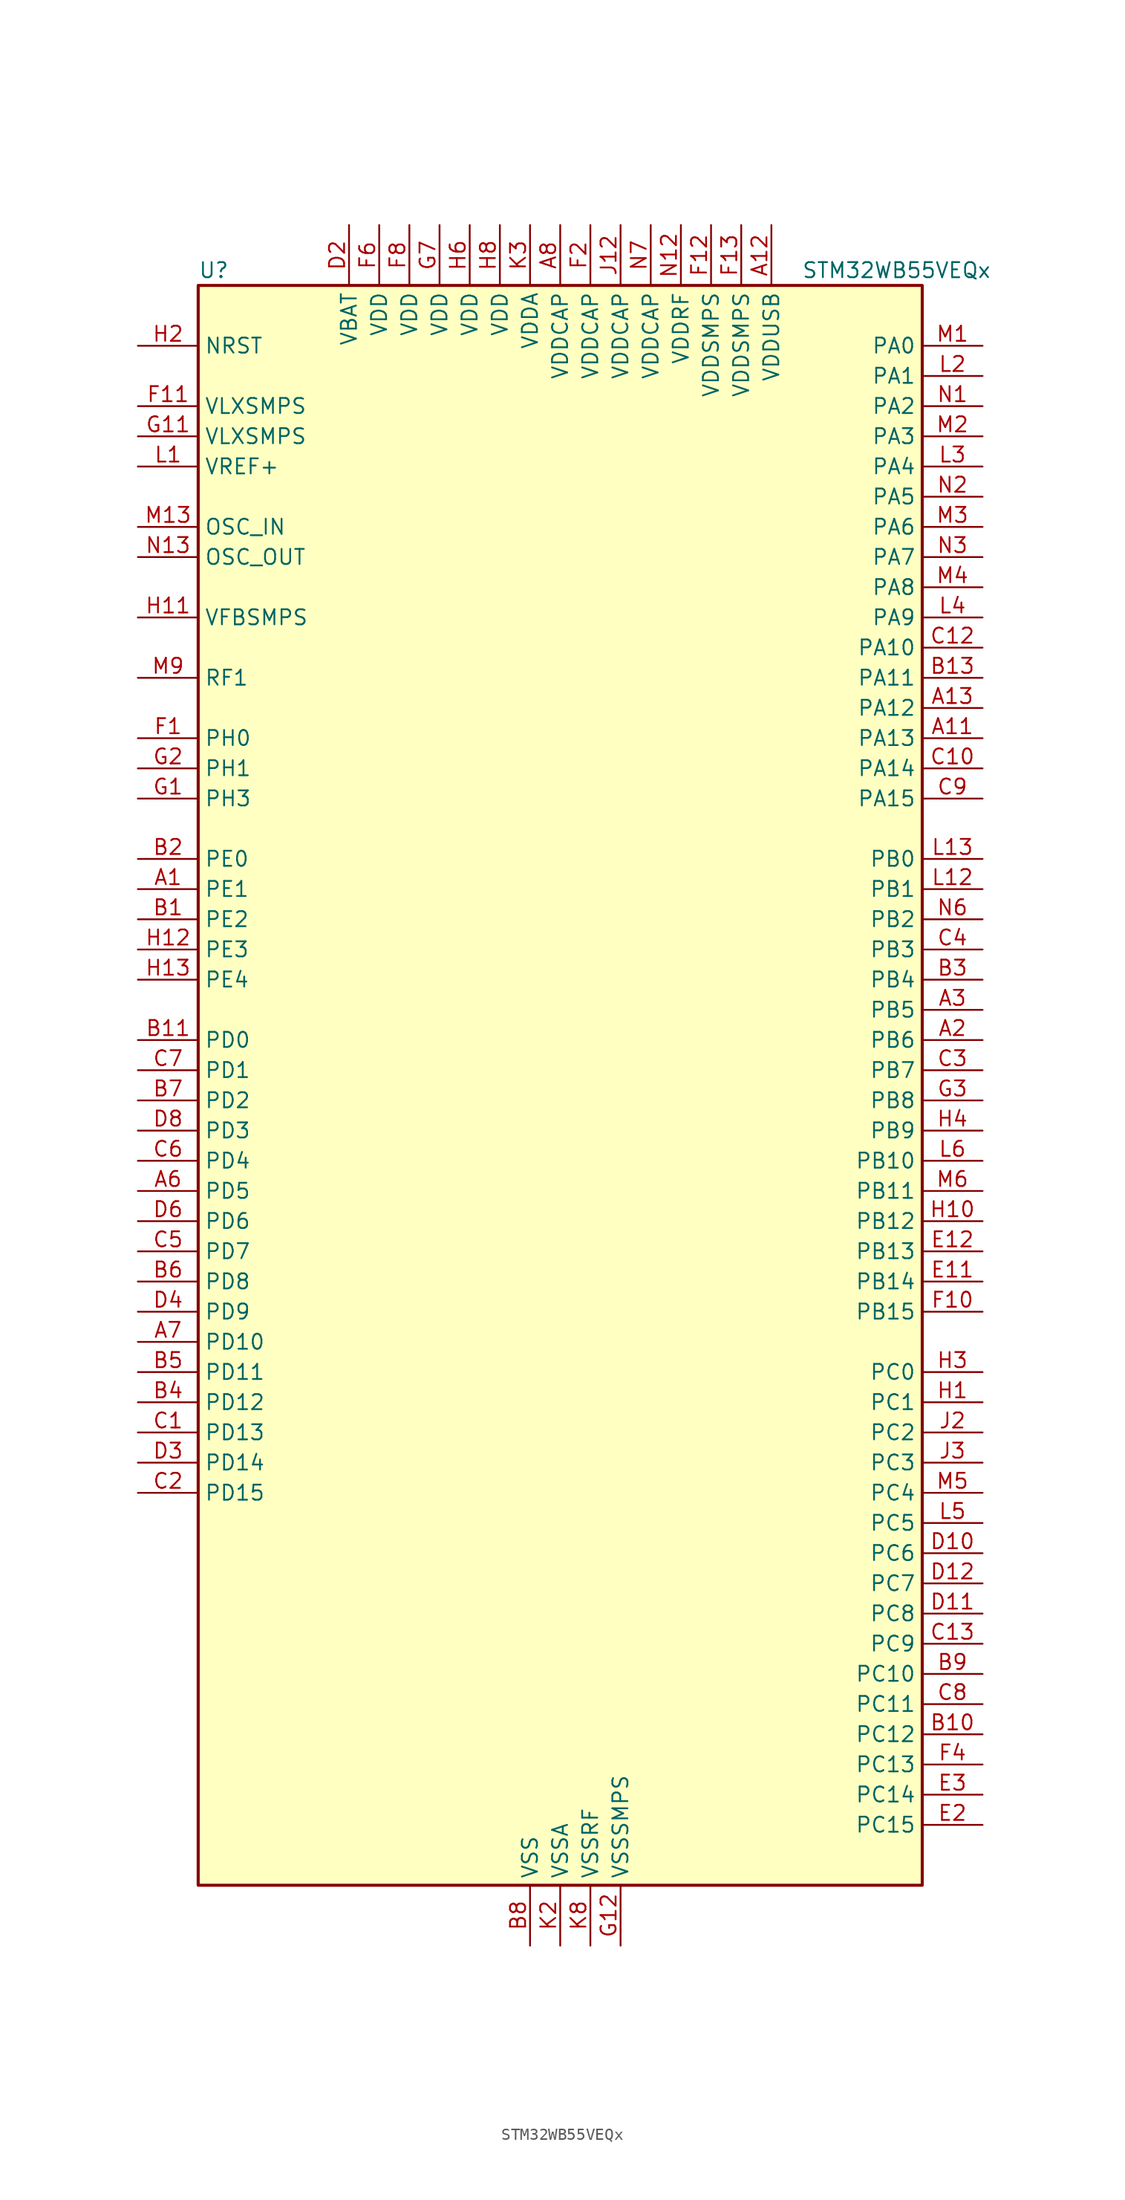
<source format=kicad_sym>
(kicad_symbol_lib
  (version 20241209)
  (generator "kicad_symbol_editor")
  (generator_version "9.0")
  (symbol "STM32WB55VEQx"
    (property "Reference" "U"
      (at -30.48 69.85 0)
      (effects (font (size 1.27 1.27)) (justify left)))
    (property "Value" "STM32WB55VEQx"
      (at 20.32 69.85 0)
      (effects (font (size 1.27 1.27)) (justify left)))
    (symbol "STM32WB55VEQx_0_1"
      (rectangle (start -30.48 -66.04) (end 30.48 68.58) (stroke (width 0.254) (type default)) (fill (type background))))
    (symbol "STM32WB55VEQx_1_1"
      (pin input line (at -35.56 63.5 0) (length 5.08) (name "NRST" (effects (font (size 1.27 1.27)))) (number "H2" (effects (font (size 1.27 1.27)))))
      (pin power_in line (at -35.56 58.42 0) (length 5.08) (name "VLXSMPS" (effects (font (size 1.27 1.27)))) (number "F11" (effects (font (size 1.27 1.27)))))
      (pin power_in line (at -35.56 55.88 0) (length 5.08) (name "VLXSMPS" (effects (font (size 1.27 1.27)))) (number "G11" (effects (font (size 1.27 1.27)))))
      (pin input line (at -35.56 53.34 0) (length 5.08) (name "VREF+" (effects (font (size 1.27 1.27)))) (number "L1" (effects (font (size 1.27 1.27)))) (alternate "VREFBUF_OUT" bidirectional line))
      (pin input line (at -35.56 48.26 0) (length 5.08) (name "OSC_IN" (effects (font (size 1.27 1.27)))) (number "M13" (effects (font (size 1.27 1.27)))) (alternate "RCC_OSC_IN" bidirectional line))
      (pin input line (at -35.56 45.72 0) (length 5.08) (name "OSC_OUT" (effects (font (size 1.27 1.27)))) (number "N13" (effects (font (size 1.27 1.27)))) (alternate "RCC_OSC_OUT" bidirectional line))
      (pin input line (at -35.56 40.64 0) (length 5.08) (name "VFBSMPS" (effects (font (size 1.27 1.27)))) (number "H11" (effects (font (size 1.27 1.27)))))
      (pin bidirectional line (at -35.56 35.56 0) (length 5.08) (name "RF1" (effects (font (size 1.27 1.27)))) (number "M9" (effects (font (size 1.27 1.27)))) (alternate "RF_RF1" bidirectional line))
      (pin bidirectional line (at -35.56 30.48 0) (length 5.08) (name "PH0" (effects (font (size 1.27 1.27)))) (number "F1" (effects (font (size 1.27 1.27)))))
      (pin bidirectional line (at -35.56 27.94 0) (length 5.08) (name "PH1" (effects (font (size 1.27 1.27)))) (number "G2" (effects (font (size 1.27 1.27)))))
      (pin bidirectional line (at -35.56 25.4 0) (length 5.08) (name "PH3" (effects (font (size 1.27 1.27)))) (number "G1" (effects (font (size 1.27 1.27)))) (alternate "RCC_LSCO" bidirectional line))
      (pin bidirectional line (at -35.56 20.32 0) (length 5.08) (name "PE0" (effects (font (size 1.27 1.27)))) (number "B2" (effects (font (size 1.27 1.27)))) (alternate "LCD_SEG36" bidirectional line) (alternate "TIM16_CH1" bidirectional line) (alternate "TIM1_ETR" bidirectional line) (alternate "TSC_G7_IO3" bidirectional line))
      (pin bidirectional line (at -35.56 17.78 0) (length 5.08) (name "PE1" (effects (font (size 1.27 1.27)))) (number "A1" (effects (font (size 1.27 1.27)))) (alternate "LCD_SEG37" bidirectional line) (alternate "TIM17_CH1" bidirectional line) (alternate "TSC_G7_IO2" bidirectional line))
      (pin bidirectional line (at -35.56 15.24 0) (length 5.08) (name "PE2" (effects (font (size 1.27 1.27)))) (number "B1" (effects (font (size 1.27 1.27)))) (alternate "LCD_SEG38" bidirectional line) (alternate "SAI1_CK1" bidirectional line) (alternate "SAI1_MCLK_A" bidirectional line) (alternate "SYS_TRACECLK" bidirectional line) (alternate "TSC_G7_IO1" bidirectional line))
      (pin bidirectional line (at -35.56 12.7 0) (length 5.08) (name "PE3" (effects (font (size 1.27 1.27)))) (number "H12" (effects (font (size 1.27 1.27)))))
      (pin bidirectional line (at -35.56 10.16 0) (length 5.08) (name "PE4" (effects (font (size 1.27 1.27)))) (number "H13" (effects (font (size 1.27 1.27)))))
      (pin bidirectional line (at -35.56 5.08 0) (length 5.08) (name "PD0" (effects (font (size 1.27 1.27)))) (number "B11" (effects (font (size 1.27 1.27)))) (alternate "SPI2_NSS" bidirectional line))
      (pin bidirectional line (at -35.56 2.54 0) (length 5.08) (name "PD1" (effects (font (size 1.27 1.27)))) (number "C7" (effects (font (size 1.27 1.27)))) (alternate "SPI2_SCK" bidirectional line))
      (pin bidirectional line (at -35.56 0 0) (length 5.08) (name "PD2" (effects (font (size 1.27 1.27)))) (number "B7" (effects (font (size 1.27 1.27)))) (alternate "LCD_COM7" bidirectional line) (alternate "LCD_SEG31" bidirectional line) (alternate "LCD_SEG43" bidirectional line) (alternate "SYS_TRACED2" bidirectional line) (alternate "TSC_SYNC" bidirectional line))
      (pin bidirectional line (at -35.56 -2.54 0) (length 5.08) (name "PD3" (effects (font (size 1.27 1.27)))) (number "D8" (effects (font (size 1.27 1.27)))) (alternate "QUADSPI_BK1_NCS" bidirectional line) (alternate "SPI2_MISO" bidirectional line) (alternate "SPI2_SCK" bidirectional line))
      (pin bidirectional line (at -35.56 -5.08 0) (length 5.08) (name "PD4" (effects (font (size 1.27 1.27)))) (number "C6" (effects (font (size 1.27 1.27)))) (alternate "QUADSPI_BK1_IO0" bidirectional line) (alternate "SPI2_MOSI" bidirectional line) (alternate "TSC_G5_IO1" bidirectional line))
      (pin bidirectional line (at -35.56 -7.62 0) (length 5.08) (name "PD5" (effects (font (size 1.27 1.27)))) (number "A6" (effects (font (size 1.27 1.27)))) (alternate "QUADSPI_BK1_IO1" bidirectional line) (alternate "SAI1_MCLK_B" bidirectional line) (alternate "TSC_G5_IO2" bidirectional line))
      (pin bidirectional line (at -35.56 -10.16 0) (length 5.08) (name "PD6" (effects (font (size 1.27 1.27)))) (number "D6" (effects (font (size 1.27 1.27)))) (alternate "QUADSPI_BK1_IO2" bidirectional line) (alternate "SAI1_D1" bidirectional line) (alternate "SAI1_SD_A" bidirectional line) (alternate "TSC_G5_IO3" bidirectional line))
      (pin bidirectional line (at -35.56 -12.7 0) (length 5.08) (name "PD7" (effects (font (size 1.27 1.27)))) (number "C5" (effects (font (size 1.27 1.27)))) (alternate "LCD_SEG39" bidirectional line) (alternate "QUADSPI_BK1_IO3" bidirectional line) (alternate "TSC_G5_IO4" bidirectional line))
      (pin bidirectional line (at -35.56 -15.24 0) (length 5.08) (name "PD8" (effects (font (size 1.27 1.27)))) (number "B6" (effects (font (size 1.27 1.27)))) (alternate "LCD_SEG28" bidirectional line) (alternate "TIM1_BKIN2" bidirectional line))
      (pin bidirectional line (at -35.56 -17.78 0) (length 5.08) (name "PD9" (effects (font (size 1.27 1.27)))) (number "D4" (effects (font (size 1.27 1.27)))) (alternate "LCD_SEG29" bidirectional line) (alternate "SYS_TRACED0" bidirectional line))
      (pin bidirectional line (at -35.56 -20.32 0) (length 5.08) (name "PD10" (effects (font (size 1.27 1.27)))) (number "A7" (effects (font (size 1.27 1.27)))) (alternate "LCD_SEG30" bidirectional line) (alternate "SYS_TRIG_INOUT" bidirectional line) (alternate "TSC_G6_IO1" bidirectional line))
      (pin bidirectional line (at -35.56 -22.86 0) (length 5.08) (name "PD11" (effects (font (size 1.27 1.27)))) (number "B5" (effects (font (size 1.27 1.27)))) (alternate "ADC1_EXTI11" bidirectional line) (alternate "LCD_SEG31" bidirectional line) (alternate "LPTIM2_ETR" bidirectional line) (alternate "TSC_G6_IO2" bidirectional line))
      (pin bidirectional line (at -35.56 -25.4 0) (length 5.08) (name "PD12" (effects (font (size 1.27 1.27)))) (number "B4" (effects (font (size 1.27 1.27)))) (alternate "LCD_SEG32" bidirectional line) (alternate "LPTIM2_IN1" bidirectional line) (alternate "TSC_G6_IO3" bidirectional line))
      (pin bidirectional line (at -35.56 -27.94 0) (length 5.08) (name "PD13" (effects (font (size 1.27 1.27)))) (number "C1" (effects (font (size 1.27 1.27)))) (alternate "LCD_SEG33" bidirectional line) (alternate "LPTIM2_OUT" bidirectional line) (alternate "TSC_G6_IO4" bidirectional line))
      (pin bidirectional line (at -35.56 -30.48 0) (length 5.08) (name "PD14" (effects (font (size 1.27 1.27)))) (number "D3" (effects (font (size 1.27 1.27)))) (alternate "LCD_SEG34" bidirectional line) (alternate "TIM1_CH1" bidirectional line))
      (pin bidirectional line (at -35.56 -33.02 0) (length 5.08) (name "PD15" (effects (font (size 1.27 1.27)))) (number "C2" (effects (font (size 1.27 1.27)))) (alternate "ADC1_EXTI15" bidirectional line) (alternate "LCD_SEG35" bidirectional line) (alternate "TIM1_CH2" bidirectional line))
      (pin no_connect line (at -30.48 -63.5 0) (length 5.08) (hide yes) (name "AT1" (effects (font (size 1.27 1.27)))) (number "K12" (effects (font (size 1.27 1.27)))))
      (pin no_connect line (at -30.48 -66.04 0) (length 5.08) (hide yes) (name "AT0" (effects (font (size 1.27 1.27)))) (number "K11" (effects (font (size 1.27 1.27)))))
      (pin power_in line (at -17.78 73.66 270) (length 5.08) (name "VBAT" (effects (font (size 1.27 1.27)))) (number "D2" (effects (font (size 1.27 1.27)))))
      (pin power_in line (at -15.24 73.66 270) (length 5.08) (name "VDD" (effects (font (size 1.27 1.27)))) (number "F6" (effects (font (size 1.27 1.27)))))
      (pin power_in line (at -12.7 73.66 270) (length 5.08) (name "VDD" (effects (font (size 1.27 1.27)))) (number "F8" (effects (font (size 1.27 1.27)))))
      (pin power_in line (at -10.16 73.66 270) (length 5.08) (name "VDD" (effects (font (size 1.27 1.27)))) (number "G7" (effects (font (size 1.27 1.27)))))
      (pin power_in line (at -7.62 73.66 270) (length 5.08) (name "VDD" (effects (font (size 1.27 1.27)))) (number "H6" (effects (font (size 1.27 1.27)))))
      (pin power_in line (at -5.08 73.66 270) (length 5.08) (name "VDD" (effects (font (size 1.27 1.27)))) (number "H8" (effects (font (size 1.27 1.27)))))
      (pin power_in line (at -2.54 73.66 270) (length 5.08) (name "VDDA" (effects (font (size 1.27 1.27)))) (number "K3" (effects (font (size 1.27 1.27)))))
      (pin passive line (at -2.54 -71.12 90) (length 5.08) (hide yes) (name "VSS" (effects (font (size 1.27 1.27)))) (number "B12" (effects (font (size 1.27 1.27)))))
      (pin power_in line (at -2.54 -71.12 90) (length 5.08) (name "VSS" (effects (font (size 1.27 1.27)))) (number "B8" (effects (font (size 1.27 1.27)))))
      (pin passive line (at -2.54 -71.12 90) (length 5.08) (hide yes) (name "VSS" (effects (font (size 1.27 1.27)))) (number "C11" (effects (font (size 1.27 1.27)))))
      (pin passive line (at -2.54 -71.12 90) (length 5.08) (hide yes) (name "VSS" (effects (font (size 1.27 1.27)))) (number "E5" (effects (font (size 1.27 1.27)))))
      (pin passive line (at -2.54 -71.12 90) (length 5.08) (hide yes) (name "VSS" (effects (font (size 1.27 1.27)))) (number "E7" (effects (font (size 1.27 1.27)))))
      (pin passive line (at -2.54 -71.12 90) (length 5.08) (hide yes) (name "VSS" (effects (font (size 1.27 1.27)))) (number "E9" (effects (font (size 1.27 1.27)))))
      (pin passive line (at -2.54 -71.12 90) (length 5.08) (hide yes) (name "VSS" (effects (font (size 1.27 1.27)))) (number "F3" (effects (font (size 1.27 1.27)))))
      (pin passive line (at -2.54 -71.12 90) (length 5.08) (hide yes) (name "VSS" (effects (font (size 1.27 1.27)))) (number "G5" (effects (font (size 1.27 1.27)))))
      (pin passive line (at -2.54 -71.12 90) (length 5.08) (hide yes) (name "VSS" (effects (font (size 1.27 1.27)))) (number "G9" (effects (font (size 1.27 1.27)))))
      (pin passive line (at -2.54 -71.12 90) (length 5.08) (hide yes) (name "VSS" (effects (font (size 1.27 1.27)))) (number "J11" (effects (font (size 1.27 1.27)))))
      (pin passive line (at -2.54 -71.12 90) (length 5.08) (hide yes) (name "VSS" (effects (font (size 1.27 1.27)))) (number "J5" (effects (font (size 1.27 1.27)))))
      (pin passive line (at -2.54 -71.12 90) (length 5.08) (hide yes) (name "VSS" (effects (font (size 1.27 1.27)))) (number "J7" (effects (font (size 1.27 1.27)))))
      (pin passive line (at -2.54 -71.12 90) (length 5.08) (hide yes) (name "VSS" (effects (font (size 1.27 1.27)))) (number "J9" (effects (font (size 1.27 1.27)))))
      (pin passive line (at -2.54 -71.12 90) (length 5.08) (hide yes) (name "VSS" (effects (font (size 1.27 1.27)))) (number "K4" (effects (font (size 1.27 1.27)))))
      (pin passive line (at -2.54 -71.12 90) (length 5.08) (hide yes) (name "VSS" (effects (font (size 1.27 1.27)))) (number "K6" (effects (font (size 1.27 1.27)))))
      (pin passive line (at -2.54 -71.12 90) (length 5.08) (hide yes) (name "VSS" (effects (font (size 1.27 1.27)))) (number "M7" (effects (font (size 1.27 1.27)))))
      (pin power_in line (at 0 73.66 270) (length 5.08) (name "VDDCAP" (effects (font (size 1.27 1.27)))) (number "A8" (effects (font (size 1.27 1.27)))))
      (pin power_in line (at 0 -71.12 90) (length 5.08) (name "VSSA" (effects (font (size 1.27 1.27)))) (number "K2" (effects (font (size 1.27 1.27)))))
      (pin power_in line (at 2.54 73.66 270) (length 5.08) (name "VDDCAP" (effects (font (size 1.27 1.27)))) (number "F2" (effects (font (size 1.27 1.27)))))
      (pin passive line (at 2.54 -71.12 90) (length 5.08) (hide yes) (name "VSSRF" (effects (font (size 1.27 1.27)))) (number "K10" (effects (font (size 1.27 1.27)))))
      (pin power_in line (at 2.54 -71.12 90) (length 5.08) (name "VSSRF" (effects (font (size 1.27 1.27)))) (number "K8" (effects (font (size 1.27 1.27)))))
      (pin passive line (at 2.54 -71.12 90) (length 5.08) (hide yes) (name "VSSRF" (effects (font (size 1.27 1.27)))) (number "L10" (effects (font (size 1.27 1.27)))))
      (pin passive line (at 2.54 -71.12 90) (length 5.08) (hide yes) (name "VSSRF" (effects (font (size 1.27 1.27)))) (number "L11" (effects (font (size 1.27 1.27)))))
      (pin passive line (at 2.54 -71.12 90) (length 5.08) (hide yes) (name "VSSRF" (effects (font (size 1.27 1.27)))) (number "L7" (effects (font (size 1.27 1.27)))))
      (pin passive line (at 2.54 -71.12 90) (length 5.08) (hide yes) (name "VSSRF" (effects (font (size 1.27 1.27)))) (number "L8" (effects (font (size 1.27 1.27)))))
      (pin passive line (at 2.54 -71.12 90) (length 5.08) (hide yes) (name "VSSRF" (effects (font (size 1.27 1.27)))) (number "L9" (effects (font (size 1.27 1.27)))))
      (pin passive line (at 2.54 -71.12 90) (length 5.08) (hide yes) (name "VSSRF" (effects (font (size 1.27 1.27)))) (number "M10" (effects (font (size 1.27 1.27)))))
      (pin passive line (at 2.54 -71.12 90) (length 5.08) (hide yes) (name "VSSRF" (effects (font (size 1.27 1.27)))) (number "M11" (effects (font (size 1.27 1.27)))))
      (pin passive line (at 2.54 -71.12 90) (length 5.08) (hide yes) (name "VSSRF" (effects (font (size 1.27 1.27)))) (number "M12" (effects (font (size 1.27 1.27)))))
      (pin passive line (at 2.54 -71.12 90) (length 5.08) (hide yes) (name "VSSRF" (effects (font (size 1.27 1.27)))) (number "M8" (effects (font (size 1.27 1.27)))))
      (pin passive line (at 2.54 -71.12 90) (length 5.08) (hide yes) (name "VSSRF" (effects (font (size 1.27 1.27)))) (number "N11" (effects (font (size 1.27 1.27)))))
      (pin passive line (at 2.54 -71.12 90) (length 5.08) (hide yes) (name "VSSRF" (effects (font (size 1.27 1.27)))) (number "N8" (effects (font (size 1.27 1.27)))))
      (pin power_in line (at 5.08 73.66 270) (length 5.08) (name "VDDCAP" (effects (font (size 1.27 1.27)))) (number "J12" (effects (font (size 1.27 1.27)))))
      (pin power_in line (at 5.08 -71.12 90) (length 5.08) (name "VSSSMPS" (effects (font (size 1.27 1.27)))) (number "G12" (effects (font (size 1.27 1.27)))))
      (pin passive line (at 5.08 -71.12 90) (length 5.08) (hide yes) (name "VSSSMPS" (effects (font (size 1.27 1.27)))) (number "G13" (effects (font (size 1.27 1.27)))))
      (pin power_in line (at 7.62 73.66 270) (length 5.08) (name "VDDCAP" (effects (font (size 1.27 1.27)))) (number "N7" (effects (font (size 1.27 1.27)))))
      (pin power_in line (at 10.16 73.66 270) (length 5.08) (name "VDDRF" (effects (font (size 1.27 1.27)))) (number "N12" (effects (font (size 1.27 1.27)))))
      (pin power_in line (at 12.7 73.66 270) (length 5.08) (name "VDDSMPS" (effects (font (size 1.27 1.27)))) (number "F12" (effects (font (size 1.27 1.27)))))
      (pin power_in line (at 15.24 73.66 270) (length 5.08) (name "VDDSMPS" (effects (font (size 1.27 1.27)))) (number "F13" (effects (font (size 1.27 1.27)))))
      (pin power_in line (at 17.78 73.66 270) (length 5.08) (name "VDDUSB" (effects (font (size 1.27 1.27)))) (number "A12" (effects (font (size 1.27 1.27)))))
      (pin bidirectional line (at 35.56 63.5 180) (length 5.08) (name "PA0" (effects (font (size 1.27 1.27)))) (number "M1" (effects (font (size 1.27 1.27)))) (alternate "ADC1_IN5" bidirectional line) (alternate "COMP1_INM" bidirectional line) (alternate "COMP1_OUT" bidirectional line) (alternate "RTC_TAMP2" bidirectional line) (alternate "SAI1_EXTCLK" bidirectional line) (alternate "SYS_WKUP1" bidirectional line) (alternate "TIM2_CH1" bidirectional line) (alternate "TIM2_ETR" bidirectional line))
      (pin bidirectional line (at 35.56 60.96 180) (length 5.08) (name "PA1" (effects (font (size 1.27 1.27)))) (number "L2" (effects (font (size 1.27 1.27)))) (alternate "ADC1_IN6" bidirectional line) (alternate "COMP1_INP" bidirectional line) (alternate "I2C1_SMBA" bidirectional line) (alternate "LCD_SEG0" bidirectional line) (alternate "SPI1_SCK" bidirectional line) (alternate "TIM2_CH2" bidirectional line))
      (pin bidirectional line (at 35.56 58.42 180) (length 5.08) (name "PA2" (effects (font (size 1.27 1.27)))) (number "N1" (effects (font (size 1.27 1.27)))) (alternate "ADC1_IN7" bidirectional line) (alternate "COMP2_INM" bidirectional line) (alternate "COMP2_OUT" bidirectional line) (alternate "LCD_SEG1" bidirectional line) (alternate "LPUART1_TX" bidirectional line) (alternate "QUADSPI_BK1_NCS" bidirectional line) (alternate "RCC_LSCO" bidirectional line) (alternate "SYS_WKUP4" bidirectional line) (alternate "TIM2_CH3" bidirectional line))
      (pin bidirectional line (at 35.56 55.88 180) (length 5.08) (name "PA3" (effects (font (size 1.27 1.27)))) (number "M2" (effects (font (size 1.27 1.27)))) (alternate "ADC1_IN8" bidirectional line) (alternate "COMP2_INP" bidirectional line) (alternate "LCD_SEG2" bidirectional line) (alternate "LPUART1_RX" bidirectional line) (alternate "QUADSPI_CLK" bidirectional line) (alternate "SAI1_CK1" bidirectional line) (alternate "SAI1_MCLK_A" bidirectional line) (alternate "TIM2_CH4" bidirectional line))
      (pin bidirectional line (at 35.56 53.34 180) (length 5.08) (name "PA4" (effects (font (size 1.27 1.27)))) (number "L3" (effects (font (size 1.27 1.27)))) (alternate "ADC1_IN9" bidirectional line) (alternate "COMP1_INM" bidirectional line) (alternate "COMP2_INM" bidirectional line) (alternate "LCD_SEG5" bidirectional line) (alternate "LPTIM2_OUT" bidirectional line) (alternate "SAI1_FS_B" bidirectional line) (alternate "SPI1_NSS" bidirectional line))
      (pin bidirectional line (at 35.56 50.8 180) (length 5.08) (name "PA5" (effects (font (size 1.27 1.27)))) (number "N2" (effects (font (size 1.27 1.27)))) (alternate "ADC1_IN10" bidirectional line) (alternate "COMP1_INM" bidirectional line) (alternate "COMP2_INM" bidirectional line) (alternate "LPTIM2_ETR" bidirectional line) (alternate "SAI1_SD_B" bidirectional line) (alternate "SPI1_SCK" bidirectional line) (alternate "TIM2_CH1" bidirectional line) (alternate "TIM2_ETR" bidirectional line))
      (pin bidirectional line (at 35.56 48.26 180) (length 5.08) (name "PA6" (effects (font (size 1.27 1.27)))) (number "M3" (effects (font (size 1.27 1.27)))) (alternate "ADC1_IN11" bidirectional line) (alternate "LCD_SEG3" bidirectional line) (alternate "LPUART1_CTS" bidirectional line) (alternate "QUADSPI_BK1_IO3" bidirectional line) (alternate "SPI1_MISO" bidirectional line) (alternate "TIM16_CH1" bidirectional line) (alternate "TIM1_BKIN" bidirectional line))
      (pin bidirectional line (at 35.56 45.72 180) (length 5.08) (name "PA7" (effects (font (size 1.27 1.27)))) (number "N3" (effects (font (size 1.27 1.27)))) (alternate "ADC1_IN12" bidirectional line) (alternate "COMP2_OUT" bidirectional line) (alternate "I2C3_SCL" bidirectional line) (alternate "LCD_SEG4" bidirectional line) (alternate "QUADSPI_BK1_IO2" bidirectional line) (alternate "SPI1_MOSI" bidirectional line) (alternate "TIM17_CH1" bidirectional line) (alternate "TIM1_CH1N" bidirectional line))
      (pin bidirectional line (at 35.56 43.18 180) (length 5.08) (name "PA8" (effects (font (size 1.27 1.27)))) (number "M4" (effects (font (size 1.27 1.27)))) (alternate "ADC1_IN15" bidirectional line) (alternate "LCD_COM0" bidirectional line) (alternate "LPTIM2_OUT" bidirectional line) (alternate "RCC_MCO" bidirectional line) (alternate "SAI1_CK2" bidirectional line) (alternate "SAI1_SCK_A" bidirectional line) (alternate "TIM1_CH1" bidirectional line) (alternate "USART1_CK" bidirectional line))
      (pin bidirectional line (at 35.56 40.64 180) (length 5.08) (name "PA9" (effects (font (size 1.27 1.27)))) (number "L4" (effects (font (size 1.27 1.27)))) (alternate "ADC1_IN16" bidirectional line) (alternate "COMP1_INM" bidirectional line) (alternate "I2C1_SCL" bidirectional line) (alternate "LCD_COM1" bidirectional line) (alternate "SAI1_D2" bidirectional line) (alternate "SAI1_FS_A" bidirectional line) (alternate "SPI2_SCK" bidirectional line) (alternate "TIM1_CH2" bidirectional line) (alternate "USART1_TX" bidirectional line))
      (pin bidirectional line (at 35.56 38.1 180) (length 5.08) (name "PA10" (effects (font (size 1.27 1.27)))) (number "C12" (effects (font (size 1.27 1.27)))) (alternate "CRS_SYNC" bidirectional line) (alternate "I2C1_SDA" bidirectional line) (alternate "LCD_COM2" bidirectional line) (alternate "SAI1_D1" bidirectional line) (alternate "SAI1_SD_A" bidirectional line) (alternate "TIM17_BKIN" bidirectional line) (alternate "TIM1_CH3" bidirectional line) (alternate "USART1_RX" bidirectional line))
      (pin bidirectional line (at 35.56 35.56 180) (length 5.08) (name "PA11" (effects (font (size 1.27 1.27)))) (number "B13" (effects (font (size 1.27 1.27)))) (alternate "ADC1_EXTI11" bidirectional line) (alternate "SPI1_MISO" bidirectional line) (alternate "TIM1_BKIN2" bidirectional line) (alternate "TIM1_CH4" bidirectional line) (alternate "USART1_CTS" bidirectional line) (alternate "USART1_NSS" bidirectional line) (alternate "USB_DM" bidirectional line))
      (pin bidirectional line (at 35.56 33.02 180) (length 5.08) (name "PA12" (effects (font (size 1.27 1.27)))) (number "A13" (effects (font (size 1.27 1.27)))) (alternate "LPUART1_RX" bidirectional line) (alternate "SPI1_MOSI" bidirectional line) (alternate "TIM1_ETR" bidirectional line) (alternate "USART1_DE" bidirectional line) (alternate "USART1_RTS" bidirectional line) (alternate "USB_DP" bidirectional line))
      (pin bidirectional line (at 35.56 30.48 180) (length 5.08) (name "PA13" (effects (font (size 1.27 1.27)))) (number "A11" (effects (font (size 1.27 1.27)))) (alternate "IR_OUT" bidirectional line) (alternate "SAI1_SD_B" bidirectional line) (alternate "SYS_JTMS-SWDIO" bidirectional line) (alternate "USB_NOE" bidirectional line))
      (pin bidirectional line (at 35.56 27.94 180) (length 5.08) (name "PA14" (effects (font (size 1.27 1.27)))) (number "C10" (effects (font (size 1.27 1.27)))) (alternate "I2C1_SMBA" bidirectional line) (alternate "LCD_SEG5" bidirectional line) (alternate "LPTIM1_OUT" bidirectional line) (alternate "SAI1_FS_B" bidirectional line) (alternate "SYS_JTCK-SWCLK" bidirectional line))
      (pin bidirectional line (at 35.56 25.4 180) (length 5.08) (name "PA15" (effects (font (size 1.27 1.27)))) (number "C9" (effects (font (size 1.27 1.27)))) (alternate "ADC1_EXTI15" bidirectional line) (alternate "LCD_SEG17" bidirectional line) (alternate "RCC_MCO" bidirectional line) (alternate "SPI1_NSS" bidirectional line) (alternate "SYS_JTDI" bidirectional line) (alternate "TIM2_CH1" bidirectional line) (alternate "TIM2_ETR" bidirectional line) (alternate "TSC_G3_IO1" bidirectional line))
      (pin bidirectional line (at 35.56 20.32 180) (length 5.08) (name "PB0" (effects (font (size 1.27 1.27)))) (number "L13" (effects (font (size 1.27 1.27)))) (alternate "COMP1_OUT" bidirectional line) (alternate "RF_TX_MOD_EXT_PA" bidirectional line))
      (pin bidirectional line (at 35.56 17.78 180) (length 5.08) (name "PB1" (effects (font (size 1.27 1.27)))) (number "L12" (effects (font (size 1.27 1.27)))) (alternate "LPTIM2_IN1" bidirectional line) (alternate "LPUART1_DE" bidirectional line) (alternate "LPUART1_RTS" bidirectional line))
      (pin bidirectional line (at 35.56 15.24 180) (length 5.08) (name "PB2" (effects (font (size 1.27 1.27)))) (number "N6" (effects (font (size 1.27 1.27)))) (alternate "COMP1_INP" bidirectional line) (alternate "I2C3_SMBA" bidirectional line) (alternate "LCD_VLCD" bidirectional line) (alternate "LPTIM1_OUT" bidirectional line) (alternate "RTC_OUT2" bidirectional line) (alternate "SAI1_EXTCLK" bidirectional line) (alternate "SPI1_NSS" bidirectional line))
      (pin bidirectional line (at 35.56 12.7 180) (length 5.08) (name "PB3" (effects (font (size 1.27 1.27)))) (number "C4" (effects (font (size 1.27 1.27)))) (alternate "COMP2_INM" bidirectional line) (alternate "LCD_SEG7" bidirectional line) (alternate "SAI1_SCK_B" bidirectional line) (alternate "SPI1_SCK" bidirectional line) (alternate "SYS_JTDO-SWO" bidirectional line) (alternate "TIM2_CH2" bidirectional line) (alternate "USART1_DE" bidirectional line) (alternate "USART1_RTS" bidirectional line))
      (pin bidirectional line (at 35.56 10.16 180) (length 5.08) (name "PB4" (effects (font (size 1.27 1.27)))) (number "B3" (effects (font (size 1.27 1.27)))) (alternate "COMP2_INP" bidirectional line) (alternate "I2C3_SDA" bidirectional line) (alternate "LCD_SEG8" bidirectional line) (alternate "SAI1_MCLK_B" bidirectional line) (alternate "SPI1_MISO" bidirectional line) (alternate "SYS_JTRST" bidirectional line) (alternate "TIM17_BKIN" bidirectional line) (alternate "TSC_G2_IO1" bidirectional line) (alternate "USART1_CTS" bidirectional line) (alternate "USART1_NSS" bidirectional line))
      (pin bidirectional line (at 35.56 7.62 180) (length 5.08) (name "PB5" (effects (font (size 1.27 1.27)))) (number "A3" (effects (font (size 1.27 1.27)))) (alternate "COMP2_OUT" bidirectional line) (alternate "I2C1_SMBA" bidirectional line) (alternate "LCD_SEG9" bidirectional line) (alternate "LPTIM1_IN1" bidirectional line) (alternate "LPUART1_TX" bidirectional line) (alternate "SAI1_SD_B" bidirectional line) (alternate "SPI1_MOSI" bidirectional line) (alternate "TIM16_BKIN" bidirectional line) (alternate "TSC_G2_IO2" bidirectional line) (alternate "USART1_CK" bidirectional line))
      (pin bidirectional line (at 35.56 5.08 180) (length 5.08) (name "PB6" (effects (font (size 1.27 1.27)))) (number "A2" (effects (font (size 1.27 1.27)))) (alternate "COMP2_INP" bidirectional line) (alternate "I2C1_SCL" bidirectional line) (alternate "LCD_SEG6" bidirectional line) (alternate "LPTIM1_ETR" bidirectional line) (alternate "RCC_MCO" bidirectional line) (alternate "SAI1_FS_B" bidirectional line) (alternate "TIM16_CH1N" bidirectional line) (alternate "TSC_G2_IO3" bidirectional line) (alternate "USART1_TX" bidirectional line))
      (pin bidirectional line (at 35.56 2.54 180) (length 5.08) (name "PB7" (effects (font (size 1.27 1.27)))) (number "C3" (effects (font (size 1.27 1.27)))) (alternate "COMP2_INM" bidirectional line) (alternate "I2C1_SDA" bidirectional line) (alternate "LCD_SEG21" bidirectional line) (alternate "LPTIM1_IN2" bidirectional line) (alternate "SYS_PVD_IN" bidirectional line) (alternate "TIM17_CH1N" bidirectional line) (alternate "TIM1_BKIN" bidirectional line) (alternate "TSC_G2_IO4" bidirectional line) (alternate "USART1_RX" bidirectional line))
      (pin bidirectional line (at 35.56 0 180) (length 5.08) (name "PB8" (effects (font (size 1.27 1.27)))) (number "G3" (effects (font (size 1.27 1.27)))) (alternate "I2C1_SCL" bidirectional line) (alternate "LCD_SEG16" bidirectional line) (alternate "QUADSPI_BK1_IO1" bidirectional line) (alternate "SAI1_CK1" bidirectional line) (alternate "SAI1_MCLK_A" bidirectional line) (alternate "TIM16_CH1" bidirectional line) (alternate "TIM1_CH2N" bidirectional line))
      (pin bidirectional line (at 35.56 -2.54 180) (length 5.08) (name "PB9" (effects (font (size 1.27 1.27)))) (number "H4" (effects (font (size 1.27 1.27)))) (alternate "I2C1_SDA" bidirectional line) (alternate "IR_OUT" bidirectional line) (alternate "LCD_COM3" bidirectional line) (alternate "QUADSPI_BK1_IO0" bidirectional line) (alternate "SAI1_D2" bidirectional line) (alternate "SAI1_FS_A" bidirectional line) (alternate "SPI2_NSS" bidirectional line) (alternate "TIM17_CH1" bidirectional line) (alternate "TIM1_CH3N" bidirectional line) (alternate "TSC_G7_IO4" bidirectional line))
      (pin bidirectional line (at 35.56 -5.08 180) (length 5.08) (name "PB10" (effects (font (size 1.27 1.27)))) (number "L6" (effects (font (size 1.27 1.27)))) (alternate "COMP1_OUT" bidirectional line) (alternate "I2C3_SCL" bidirectional line) (alternate "LCD_SEG10" bidirectional line) (alternate "LPUART1_RX" bidirectional line) (alternate "QUADSPI_CLK" bidirectional line) (alternate "SAI1_SCK_A" bidirectional line) (alternate "SPI2_SCK" bidirectional line) (alternate "TIM2_CH3" bidirectional line) (alternate "TSC_SYNC" bidirectional line))
      (pin bidirectional line (at 35.56 -7.62 180) (length 5.08) (name "PB11" (effects (font (size 1.27 1.27)))) (number "M6" (effects (font (size 1.27 1.27)))) (alternate "ADC1_EXTI11" bidirectional line) (alternate "COMP2_OUT" bidirectional line) (alternate "I2C3_SDA" bidirectional line) (alternate "LCD_SEG11" bidirectional line) (alternate "LPUART1_TX" bidirectional line) (alternate "QUADSPI_BK1_NCS" bidirectional line) (alternate "TIM2_CH4" bidirectional line))
      (pin bidirectional line (at 35.56 -10.16 180) (length 5.08) (name "PB12" (effects (font (size 1.27 1.27)))) (number "H10" (effects (font (size 1.27 1.27)))) (alternate "I2C3_SMBA" bidirectional line) (alternate "LCD_SEG12" bidirectional line) (alternate "LPUART1_DE" bidirectional line) (alternate "LPUART1_RTS" bidirectional line) (alternate "SAI1_FS_A" bidirectional line) (alternate "SPI2_NSS" bidirectional line) (alternate "TIM1_BKIN" bidirectional line) (alternate "TSC_G1_IO1" bidirectional line))
      (pin bidirectional line (at 35.56 -12.7 180) (length 5.08) (name "PB13" (effects (font (size 1.27 1.27)))) (number "E12" (effects (font (size 1.27 1.27)))) (alternate "I2C3_SCL" bidirectional line) (alternate "LCD_SEG13" bidirectional line) (alternate "LPUART1_CTS" bidirectional line) (alternate "SAI1_SCK_A" bidirectional line) (alternate "SPI2_SCK" bidirectional line) (alternate "TIM1_CH1N" bidirectional line) (alternate "TSC_G1_IO2" bidirectional line))
      (pin bidirectional line (at 35.56 -15.24 180) (length 5.08) (name "PB14" (effects (font (size 1.27 1.27)))) (number "E11" (effects (font (size 1.27 1.27)))) (alternate "I2C3_SDA" bidirectional line) (alternate "LCD_SEG14" bidirectional line) (alternate "SAI1_MCLK_A" bidirectional line) (alternate "SPI2_MISO" bidirectional line) (alternate "TIM1_CH2N" bidirectional line) (alternate "TSC_G1_IO3" bidirectional line))
      (pin bidirectional line (at 35.56 -17.78 180) (length 5.08) (name "PB15" (effects (font (size 1.27 1.27)))) (number "F10" (effects (font (size 1.27 1.27)))) (alternate "ADC1_EXTI15" bidirectional line) (alternate "LCD_SEG15" bidirectional line) (alternate "RTC_REFIN" bidirectional line) (alternate "SAI1_SD_A" bidirectional line) (alternate "SPI2_MOSI" bidirectional line) (alternate "TIM1_CH3N" bidirectional line) (alternate "TSC_G1_IO4" bidirectional line))
      (pin bidirectional line (at 35.56 -22.86 180) (length 5.08) (name "PC0" (effects (font (size 1.27 1.27)))) (number "H3" (effects (font (size 1.27 1.27)))) (alternate "ADC1_IN1" bidirectional line) (alternate "I2C3_SCL" bidirectional line) (alternate "LCD_SEG18" bidirectional line) (alternate "LPTIM1_IN1" bidirectional line) (alternate "LPTIM2_IN1" bidirectional line) (alternate "LPUART1_RX" bidirectional line))
      (pin bidirectional line (at 35.56 -25.4 180) (length 5.08) (name "PC1" (effects (font (size 1.27 1.27)))) (number "H1" (effects (font (size 1.27 1.27)))) (alternate "ADC1_IN2" bidirectional line) (alternate "I2C3_SDA" bidirectional line) (alternate "LCD_SEG19" bidirectional line) (alternate "LPTIM1_OUT" bidirectional line) (alternate "LPUART1_TX" bidirectional line) (alternate "SPI2_MOSI" bidirectional line))
      (pin bidirectional line (at 35.56 -27.94 180) (length 5.08) (name "PC2" (effects (font (size 1.27 1.27)))) (number "J2" (effects (font (size 1.27 1.27)))) (alternate "ADC1_IN3" bidirectional line) (alternate "LCD_SEG20" bidirectional line) (alternate "LPTIM1_IN2" bidirectional line) (alternate "SPI2_MISO" bidirectional line))
      (pin bidirectional line (at 35.56 -30.48 180) (length 5.08) (name "PC3" (effects (font (size 1.27 1.27)))) (number "J3" (effects (font (size 1.27 1.27)))) (alternate "ADC1_IN4" bidirectional line) (alternate "LCD_VLCD" bidirectional line) (alternate "LPTIM1_ETR" bidirectional line) (alternate "LPTIM2_ETR" bidirectional line) (alternate "SAI1_D1" bidirectional line) (alternate "SAI1_SD_A" bidirectional line) (alternate "SPI2_MOSI" bidirectional line))
      (pin bidirectional line (at 35.56 -33.02 180) (length 5.08) (name "PC4" (effects (font (size 1.27 1.27)))) (number "M5" (effects (font (size 1.27 1.27)))) (alternate "ADC1_IN13" bidirectional line) (alternate "COMP1_INM" bidirectional line) (alternate "LCD_SEG22" bidirectional line))
      (pin bidirectional line (at 35.56 -35.56 180) (length 5.08) (name "PC5" (effects (font (size 1.27 1.27)))) (number "L5" (effects (font (size 1.27 1.27)))) (alternate "ADC1_IN14" bidirectional line) (alternate "COMP1_INP" bidirectional line) (alternate "LCD_SEG23" bidirectional line) (alternate "SAI1_D3" bidirectional line) (alternate "SYS_WKUP5" bidirectional line))
      (pin bidirectional line (at 35.56 -38.1 180) (length 5.08) (name "PC6" (effects (font (size 1.27 1.27)))) (number "D10" (effects (font (size 1.27 1.27)))) (alternate "LCD_SEG24" bidirectional line) (alternate "TSC_G4_IO1" bidirectional line))
      (pin bidirectional line (at 35.56 -40.64 180) (length 5.08) (name "PC7" (effects (font (size 1.27 1.27)))) (number "D12" (effects (font (size 1.27 1.27)))) (alternate "LCD_SEG25" bidirectional line) (alternate "TSC_G4_IO2" bidirectional line))
      (pin bidirectional line (at 35.56 -43.18 180) (length 5.08) (name "PC8" (effects (font (size 1.27 1.27)))) (number "D11" (effects (font (size 1.27 1.27)))) (alternate "LCD_SEG26" bidirectional line) (alternate "TSC_G4_IO3" bidirectional line))
      (pin bidirectional line (at 35.56 -45.72 180) (length 5.08) (name "PC9" (effects (font (size 1.27 1.27)))) (number "C13" (effects (font (size 1.27 1.27)))) (alternate "LCD_SEG27" bidirectional line) (alternate "SAI1_SCK_B" bidirectional line) (alternate "TIM1_BKIN" bidirectional line) (alternate "TSC_G4_IO4" bidirectional line) (alternate "USB_NOE" bidirectional line))
      (pin bidirectional line (at 35.56 -48.26 180) (length 5.08) (name "PC10" (effects (font (size 1.27 1.27)))) (number "B9" (effects (font (size 1.27 1.27)))) (alternate "LCD_COM4" bidirectional line) (alternate "LCD_SEG28" bidirectional line) (alternate "LCD_SEG40" bidirectional line) (alternate "SYS_TRACED1" bidirectional line) (alternate "TSC_G3_IO2" bidirectional line))
      (pin bidirectional line (at 35.56 -50.8 180) (length 5.08) (name "PC11" (effects (font (size 1.27 1.27)))) (number "C8" (effects (font (size 1.27 1.27)))) (alternate "ADC1_EXTI11" bidirectional line) (alternate "LCD_COM5" bidirectional line) (alternate "LCD_SEG29" bidirectional line) (alternate "LCD_SEG41" bidirectional line) (alternate "TSC_G3_IO3" bidirectional line))
      (pin bidirectional line (at 35.56 -53.34 180) (length 5.08) (name "PC12" (effects (font (size 1.27 1.27)))) (number "B10" (effects (font (size 1.27 1.27)))) (alternate "LCD_COM6" bidirectional line) (alternate "LCD_SEG30" bidirectional line) (alternate "LCD_SEG42" bidirectional line) (alternate "RCC_LSCO" bidirectional line) (alternate "RTC_TAMP3" bidirectional line) (alternate "SYS_TRACED3" bidirectional line) (alternate "SYS_WKUP3" bidirectional line) (alternate "TSC_G3_IO4" bidirectional line))
      (pin bidirectional line (at 35.56 -55.88 180) (length 5.08) (name "PC13" (effects (font (size 1.27 1.27)))) (number "F4" (effects (font (size 1.27 1.27)))) (alternate "RTC_OUT1" bidirectional line) (alternate "RTC_TAMP1" bidirectional line) (alternate "RTC_TS" bidirectional line) (alternate "SYS_WKUP2" bidirectional line))
      (pin bidirectional line (at 35.56 -58.42 180) (length 5.08) (name "PC14" (effects (font (size 1.27 1.27)))) (number "E3" (effects (font (size 1.27 1.27)))) (alternate "RCC_OSC32_IN" bidirectional line))
      (pin bidirectional line (at 35.56 -60.96 180) (length 5.08) (name "PC15" (effects (font (size 1.27 1.27)))) (number "E2" (effects (font (size 1.27 1.27)))) (alternate "ADC1_EXTI15" bidirectional line) (alternate "RCC_OSC32_OUT" bidirectional line)))))
</source>
